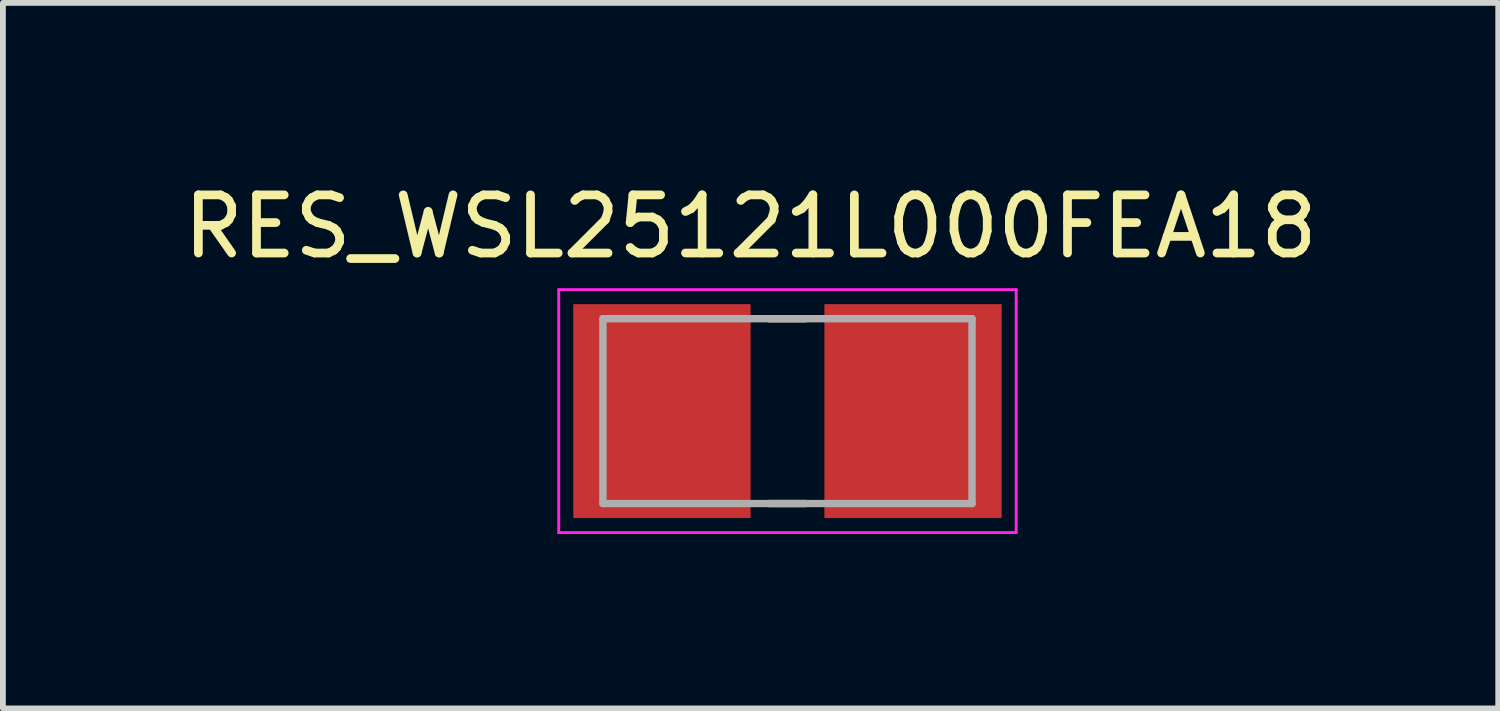
<source format=kicad_pcb>
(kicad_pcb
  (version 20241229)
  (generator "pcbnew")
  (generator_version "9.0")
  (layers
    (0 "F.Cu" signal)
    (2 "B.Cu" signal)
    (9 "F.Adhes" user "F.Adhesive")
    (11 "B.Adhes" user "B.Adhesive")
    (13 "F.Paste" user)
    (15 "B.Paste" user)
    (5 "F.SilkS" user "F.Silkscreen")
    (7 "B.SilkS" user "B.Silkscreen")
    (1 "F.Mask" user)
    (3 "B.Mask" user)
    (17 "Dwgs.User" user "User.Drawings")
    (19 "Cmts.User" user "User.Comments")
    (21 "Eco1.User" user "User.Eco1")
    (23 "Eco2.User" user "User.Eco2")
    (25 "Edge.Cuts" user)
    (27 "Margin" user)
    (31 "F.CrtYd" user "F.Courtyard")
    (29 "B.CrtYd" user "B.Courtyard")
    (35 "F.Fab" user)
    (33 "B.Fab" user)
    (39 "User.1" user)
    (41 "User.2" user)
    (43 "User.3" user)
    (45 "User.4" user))
  (footprint "RES_WSL25121L000FEA18"
    (layer "F.Cu")
    (at 10.498 4.023)
    (property "Reference" "RES_WSL25121L000FEA18" (at -0.635 -3.175 0) (layer "F.SilkS") (effects (font (size 1 1) (thickness 0.15))))
    (attr smd)
    (fp_line (start -0.31 -1.59) (end 0.31 -1.59) (stroke (width 0.127) (type solid)) (layer "F.SilkS"))
    (fp_line (start -0.31 1.59) (end 0.31 1.59) (stroke (width 0.127) (type solid)) (layer "F.SilkS"))
    (fp_line (start -3.935 -2.09) (end 3.935 -2.09) (stroke (width 0.05) (type solid)) (layer "F.CrtYd"))
    (fp_line (start -3.935 2.09) (end -3.935 -2.09) (stroke (width 0.05) (type solid)) (layer "F.CrtYd"))
    (fp_line (start 3.935 -2.09) (end 3.935 2.09) (stroke (width 0.05) (type solid)) (layer "F.CrtYd"))
    (fp_line (start 3.935 2.09) (end -3.935 2.09) (stroke (width 0.05) (type solid)) (layer "F.CrtYd"))
    (fp_line (start -3.175 -1.59) (end 3.175 -1.59) (stroke (width 0.127) (type solid)) (layer "F.Fab"))
    (fp_line (start -3.175 1.59) (end -3.175 -1.59) (stroke (width 0.127) (type solid)) (layer "F.Fab"))
    (fp_line (start 3.175 -1.59) (end 3.175 1.59) (stroke (width 0.127) (type solid)) (layer "F.Fab"))
    (fp_line (start 3.175 1.59) (end -3.175 1.59) (stroke (width 0.127) (type solid)) (layer "F.Fab"))
    (pad "1" smd rect (at -2.16 0) (size 3.05 3.68) (layers "F.Cu" "F.Mask" "F.Paste"))
    (pad "2" smd rect (at 2.16 0) (size 3.05 3.68) (layers "F.Cu" "F.Mask" "F.Paste")))
  (gr_rect
    (start -3 -3)
    (end 22.726 9.138)
    (stroke (width 0.1) (type default))
    (fill no)
    (layer "Edge.Cuts")))
</source>
